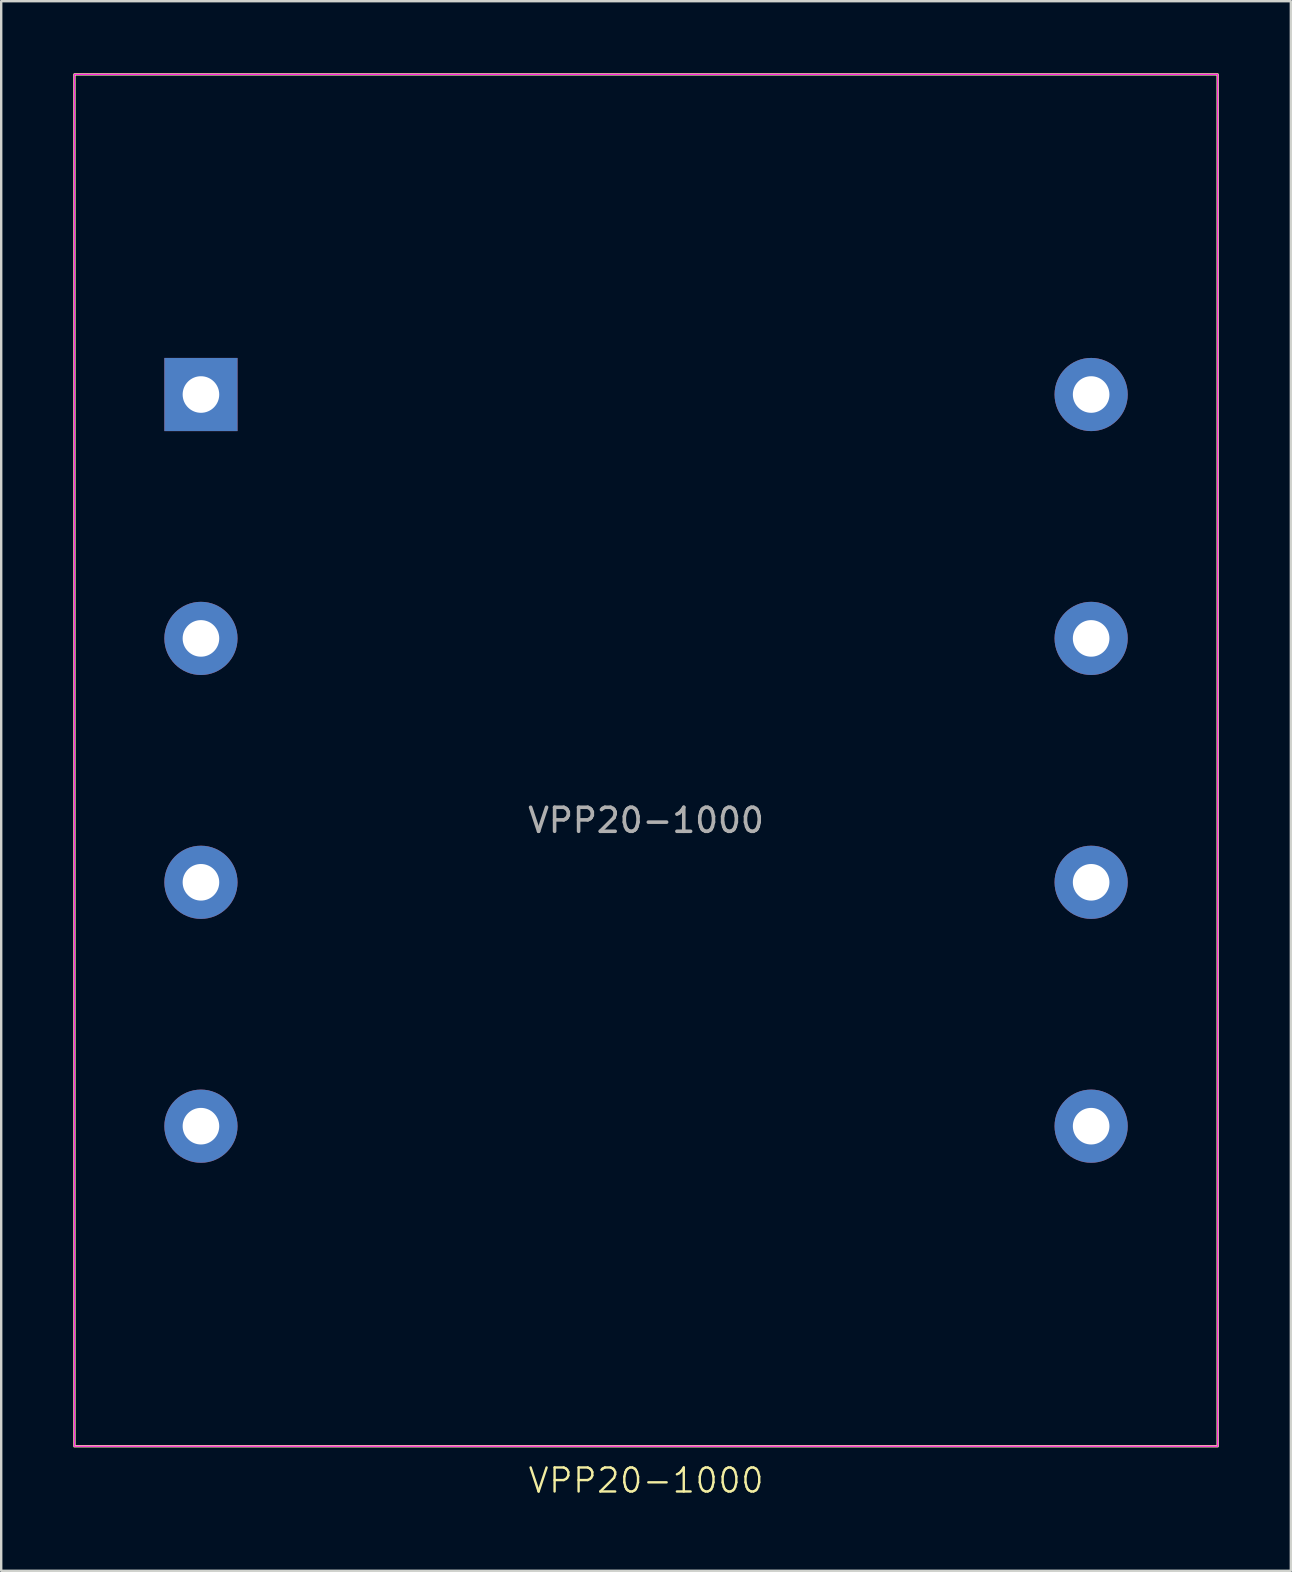
<source format=kicad_pcb>
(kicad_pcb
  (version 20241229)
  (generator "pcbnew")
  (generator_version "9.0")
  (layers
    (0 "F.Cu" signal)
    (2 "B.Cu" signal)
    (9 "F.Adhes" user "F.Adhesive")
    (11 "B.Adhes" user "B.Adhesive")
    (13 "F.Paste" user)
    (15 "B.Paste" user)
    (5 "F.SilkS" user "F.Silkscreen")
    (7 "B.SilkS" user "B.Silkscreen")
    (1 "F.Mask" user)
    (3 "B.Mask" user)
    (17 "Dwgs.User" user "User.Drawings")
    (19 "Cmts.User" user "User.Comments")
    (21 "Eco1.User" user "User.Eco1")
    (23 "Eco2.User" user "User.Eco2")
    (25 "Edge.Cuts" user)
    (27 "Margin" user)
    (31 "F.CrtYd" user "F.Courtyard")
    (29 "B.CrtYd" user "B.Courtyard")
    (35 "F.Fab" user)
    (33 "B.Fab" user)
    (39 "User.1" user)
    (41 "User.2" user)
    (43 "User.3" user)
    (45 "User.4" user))
  (footprint "VPP20-1000"
    (layer "F.Cu")
    (at 23.863 28.625)
    (property "Reference" "VPP20-1000" (at 0 30 0) (unlocked yes) (layer "F.SilkS") (effects (font (size 1 1) (thickness 0.1))))
    (attr through_hole)
    (fp_rect (start -23.812 -28.575) (end 23.812 28.575) (stroke (width 0.1) (type default)) (fill no) (layer "F.SilkS"))
    (fp_rect (start -23.812 -28.575) (end 23.812 28.575) (stroke (width 0.05) (type default)) (fill no) (layer "F.CrtYd"))
    (fp_text user "${REFERENCE}" (at 0 2.5 0) (unlocked yes) (layer "F.Fab") (effects (font (size 1 1) (thickness 0.15))))
    (pad "1" thru_hole rect (at -18.542 -15.24) (size 3.048 3.048) (drill 1.524) (layers "*.Cu" "*.Mask"))
    (pad "3" thru_hole circle (at -18.542 -5.08) (size 3.048 3.048) (drill 1.524) (layers "*.Cu" "*.Mask"))
    (pad "4" thru_hole circle (at -18.542 5.08) (size 3.048 3.048) (drill 1.524) (layers "*.Cu" "*.Mask"))
    (pad "6" thru_hole circle (at -18.542 15.24) (size 3.048 3.048) (drill 1.524) (layers "*.Cu" "*.Mask"))
    (pad "7" thru_hole circle (at 18.542 -15.24) (size 3.048 3.048) (drill 1.524) (layers "*.Cu" "*.Mask"))
    (pad "9" thru_hole circle (at 18.542 -5.08) (size 3.048 3.048) (drill 1.524) (layers "*.Cu" "*.Mask"))
    (pad "10" thru_hole circle (at 18.542 5.08) (size 3.048 3.048) (drill 1.524) (layers "*.Cu" "*.Mask"))
    (pad "12" thru_hole circle (at 18.542 15.24) (size 3.048 3.048) (drill 1.524) (layers "*.Cu" "*.Mask")))
  (gr_rect
    (start -3 -3)
    (end 50.725 62.386)
    (stroke (width 0.1) (type default))
    (fill no)
    (layer "Edge.Cuts")))
</source>
